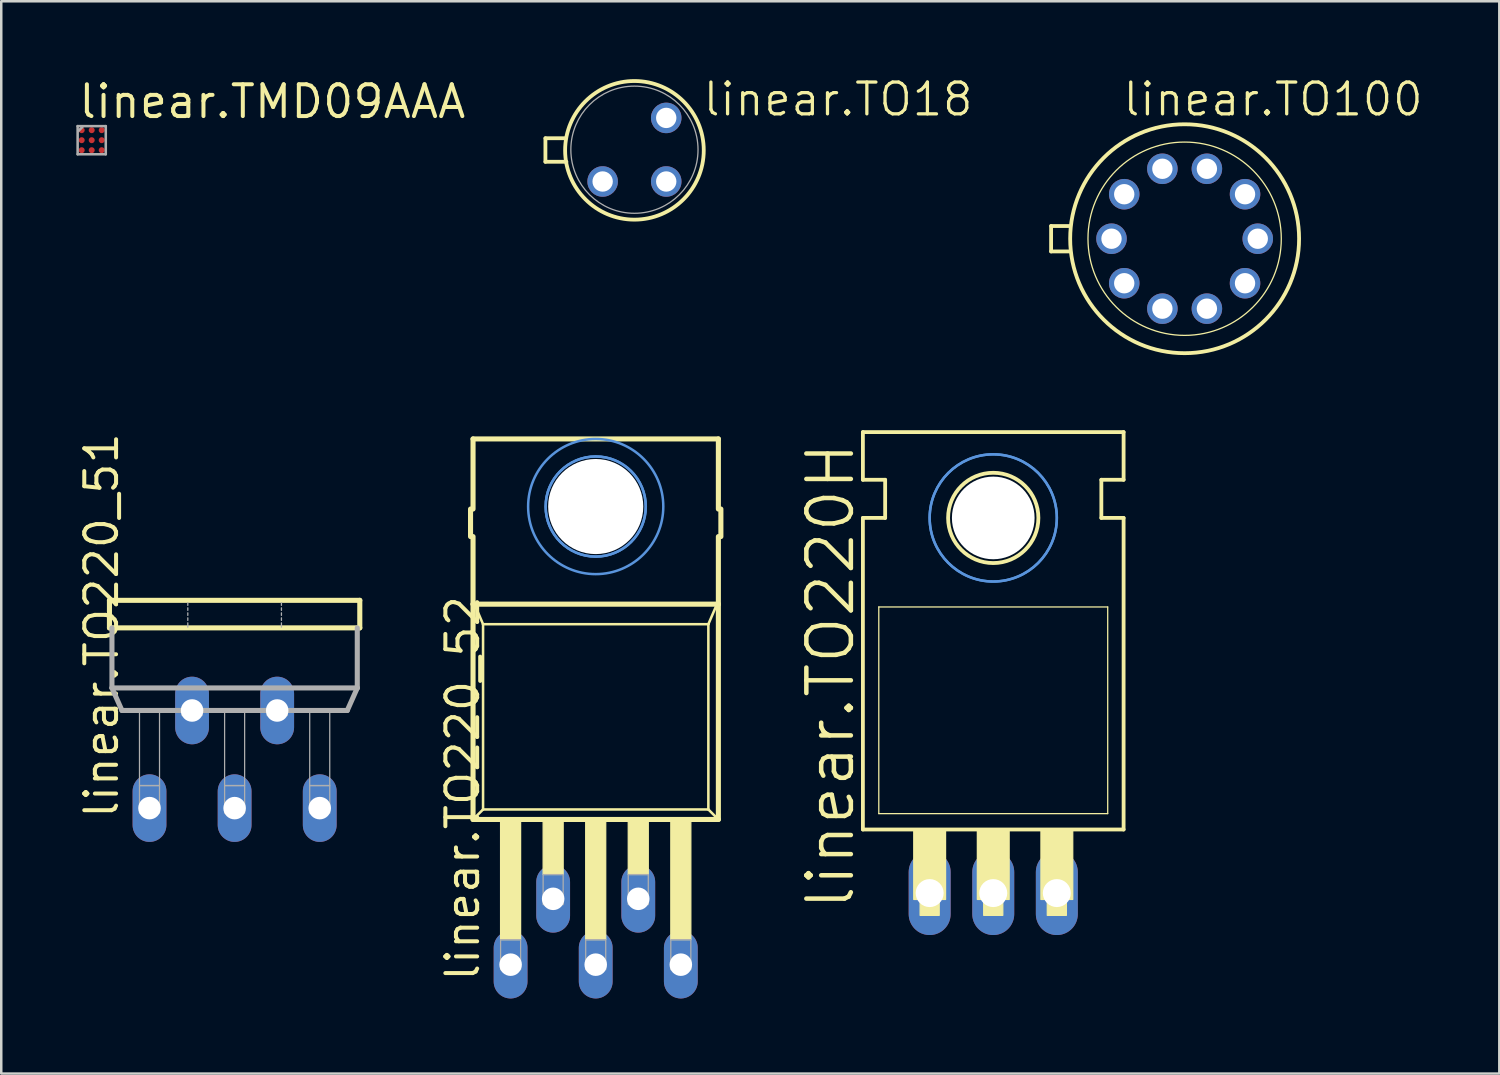
<source format=kicad_pcb>
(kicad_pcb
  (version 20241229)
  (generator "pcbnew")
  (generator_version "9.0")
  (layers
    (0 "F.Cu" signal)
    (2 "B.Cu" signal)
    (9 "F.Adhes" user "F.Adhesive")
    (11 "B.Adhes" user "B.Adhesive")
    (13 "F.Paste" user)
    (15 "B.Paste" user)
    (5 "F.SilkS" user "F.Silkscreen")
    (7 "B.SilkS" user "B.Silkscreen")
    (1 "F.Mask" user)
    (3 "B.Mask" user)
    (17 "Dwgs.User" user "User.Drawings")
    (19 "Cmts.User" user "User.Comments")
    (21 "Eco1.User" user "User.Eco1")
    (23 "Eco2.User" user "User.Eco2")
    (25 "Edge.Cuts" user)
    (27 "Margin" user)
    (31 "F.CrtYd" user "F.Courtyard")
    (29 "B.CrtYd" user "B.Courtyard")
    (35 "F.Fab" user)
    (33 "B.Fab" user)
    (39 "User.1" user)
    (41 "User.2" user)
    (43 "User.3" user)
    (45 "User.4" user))
  (footprint "linear.TO220H"
    (layer "F.Cu")
    (at 36.626 22.465)
    (property "Reference" "linear.TO220H" (at -5.461 10.922 90) (layer "F.SilkS") (effects (font (size 1.778 1.778) (thickness 0.18)) (justify left bottom)))
    (attr through_hole)
    (fp_line (start -5.207 -6.35) (end -5.207 -8.255) (stroke (width 0.152) (type default)) (layer "F.SilkS"))
    (fp_line (start -5.207 -4.826) (end -4.318 -4.826) (stroke (width 0.152) (type default)) (layer "F.SilkS"))
    (fp_line (start -5.207 7.62) (end -5.207 -4.826) (stroke (width 0.152) (type default)) (layer "F.SilkS"))
    (fp_line (start -5.207 7.62) (end 5.207 7.62) (stroke (width 0.152) (type default)) (layer "F.SilkS"))
    (fp_line (start -4.572 6.985) (end -4.572 -1.27) (stroke (width 0.051) (type default)) (layer "F.SilkS"))
    (fp_line (start -4.572 6.985) (end 4.572 6.985) (stroke (width 0.051) (type default)) (layer "F.SilkS"))
    (fp_line (start -4.318 -6.35) (end -5.207 -6.35) (stroke (width 0.152) (type default)) (layer "F.SilkS"))
    (fp_line (start -4.318 -4.826) (end -4.318 -6.35) (stroke (width 0.152) (type default)) (layer "F.SilkS"))
    (fp_line (start 4.318 -6.35) (end 5.207 -6.35) (stroke (width 0.152) (type default)) (layer "F.SilkS"))
    (fp_line (start 4.318 -4.826) (end 4.318 -6.35) (stroke (width 0.152) (type default)) (layer "F.SilkS"))
    (fp_line (start 4.572 -1.27) (end -4.572 -1.27) (stroke (width 0.051) (type default)) (layer "F.SilkS"))
    (fp_line (start 4.572 -1.27) (end 4.572 6.985) (stroke (width 0.051) (type default)) (layer "F.SilkS"))
    (fp_line (start 5.207 -8.255) (end -5.207 -8.255) (stroke (width 0.152) (type default)) (layer "F.SilkS"))
    (fp_line (start 5.207 -6.35) (end 5.207 -8.255) (stroke (width 0.152) (type default)) (layer "F.SilkS"))
    (fp_line (start 5.207 -4.826) (end 4.318 -4.826) (stroke (width 0.152) (type default)) (layer "F.SilkS"))
    (fp_line (start 5.207 7.62) (end 5.207 -4.826) (stroke (width 0.152) (type default)) (layer "F.SilkS"))
    (fp_rect (start -3.175 10.414) (end -1.905 7.62) (stroke (width 0.05) (type default)) (fill yes) (layer "F.SilkS"))
    (fp_rect (start -2.921 11.049) (end -2.159 10.414) (stroke (width 0.05) (type default)) (fill yes) (layer "F.SilkS"))
    (fp_rect (start -0.635 10.414) (end 0.635 7.62) (stroke (width 0.05) (type default)) (fill yes) (layer "F.SilkS"))
    (fp_rect (start -0.381 11.049) (end 0.381 10.414) (stroke (width 0.05) (type default)) (fill yes) (layer "F.SilkS"))
    (fp_rect (start 1.905 10.414) (end 3.175 7.62) (stroke (width 0.05) (type default)) (fill yes) (layer "F.SilkS"))
    (fp_rect (start 2.159 11.049) (end 2.921 10.414) (stroke (width 0.05) (type default)) (fill yes) (layer "F.SilkS"))
    (fp_circle (center 0 -4.826) (end 1.803 -4.826) (stroke (width 0.152) (type default)) (fill no) (layer "F.SilkS"))
    (fp_circle (center 0 -4.826) (end 2.54 -4.826) (stroke (width 0.1) (type default)) (fill no) (layer "Cmts.User"))
    (fp_circle (center 0 -4.826) (end 2.54 -4.826) (stroke (width 0.1) (type default)) (fill no) (layer "Cmts.User"))
    (pad "" np_thru_hole circle (at 0 -4.826) (size 3.302 3.302) (drill 3.302) (layers "*.Cu" "*.Mask"))
    (pad "1" thru_hole oval (at -2.54 10.16 90) (size 3.353 1.676) (drill 1.118) (layers "*.Cu" "*.Mask"))
    (pad "2" thru_hole oval (at 0 10.16 90) (size 3.353 1.676) (drill 1.118) (layers "*.Cu" "*.Mask"))
    (pad "3" thru_hole oval (at 2.54 10.16 90) (size 3.353 1.676) (drill 1.118) (layers "*.Cu" "*.Mask")))
  (footprint "linear.TMD09AAA"
    (layer "F.Cu")
    (at 0.613 2.55)
    (property "Reference" "linear.TMD09AAA" (at -0.6 -0.8 0) (layer "F.SilkS") (effects (font (size 1.27 1.27) (thickness 0.16)) (justify left bottom)))
    (attr smd)
    (fp_circle (center -0.4 -0.4) (end -0.275 -0.4) (stroke (width 0.1) (type default)) (fill no) (layer "F.Mask"))
    (fp_circle (center -0.4 0) (end -0.275 0) (stroke (width 0.1) (type default)) (fill no) (layer "F.Mask"))
    (fp_circle (center -0.4 0.4) (end -0.275 0.4) (stroke (width 0.1) (type default)) (fill no) (layer "F.Mask"))
    (fp_circle (center 0 -0.4) (end 0.125 -0.4) (stroke (width 0.1) (type default)) (fill no) (layer "F.Mask"))
    (fp_circle (center 0 0) (end 0.125 0) (stroke (width 0.1) (type default)) (fill no) (layer "F.Mask"))
    (fp_circle (center 0 0.4) (end 0.125 0.4) (stroke (width 0.1) (type default)) (fill no) (layer "F.Mask"))
    (fp_circle (center 0.4 -0.4) (end 0.525 -0.4) (stroke (width 0.1) (type default)) (fill no) (layer "F.Mask"))
    (fp_circle (center 0.4 0) (end 0.525 0) (stroke (width 0.1) (type default)) (fill no) (layer "F.Mask"))
    (fp_circle (center 0.4 0.4) (end 0.525 0.4) (stroke (width 0.1) (type default)) (fill no) (layer "F.Mask"))
    (fp_line (start -0.562 -0.562) (end 0.562 -0.562) (stroke (width 0.102) (type default)) (layer "F.Fab"))
    (fp_line (start -0.562 0.562) (end -0.562 -0.562) (stroke (width 0.102) (type default)) (layer "F.Fab"))
    (fp_line (start -0.537 -0.362) (end -0.375 -0.525) (stroke (width 0.102) (type default)) (layer "F.Fab"))
    (fp_line (start 0.562 -0.562) (end 0.562 0.562) (stroke (width 0.102) (type default)) (layer "F.Fab"))
    (fp_line (start 0.562 0.562) (end -0.562 0.562) (stroke (width 0.102) (type default)) (layer "F.Fab"))
    (pad "A1" smd roundrect (at -0.4 -0.4) (size 0.24 0.24) (layers "F.Cu" "F.Mask" "F.Paste") (roundrect_rratio 0.5))
    (pad "A2" smd roundrect (at 0 -0.4) (size 0.24 0.24) (layers "F.Cu" "F.Mask" "F.Paste") (roundrect_rratio 0.5))
    (pad "A3" smd roundrect (at 0.4 -0.4) (size 0.24 0.24) (layers "F.Cu" "F.Mask" "F.Paste") (roundrect_rratio 0.5))
    (pad "B1" smd roundrect (at -0.4 0) (size 0.24 0.24) (layers "F.Cu" "F.Mask" "F.Paste") (roundrect_rratio 0.5))
    (pad "B2" smd roundrect (at 0 0) (size 0.24 0.24) (layers "F.Cu" "F.Mask" "F.Paste") (roundrect_rratio 0.5))
    (pad "B3" smd roundrect (at 0.4 0) (size 0.24 0.24) (layers "F.Cu" "F.Mask" "F.Paste") (roundrect_rratio 0.5))
    (pad "C1" smd roundrect (at -0.4 0.4) (size 0.24 0.24) (layers "F.Cu" "F.Mask" "F.Paste") (roundrect_rratio 0.5))
    (pad "C2" smd roundrect (at 0 0.4) (size 0.24 0.24) (layers "F.Cu" "F.Mask" "F.Paste") (roundrect_rratio 0.5))
    (pad "C3" smd roundrect (at 0.4 0.4) (size 0.24 0.24) (layers "F.Cu" "F.Mask" "F.Paste") (roundrect_rratio 0.5)))
  (footprint "linear.TO100"
    (layer "F.Cu")
    (at 44.271 6.486)
    (property "Reference" "linear.TO100" (at -2.54 -4.826 0) (layer "F.SilkS") (effects (font (size 1.27 1.27) (thickness 0.13)) (justify left bottom)))
    (attr through_hole)
    (fp_line (start -5.334 0.508) (end -5.334 -0.508) (stroke (width 0.152) (type default)) (layer "F.SilkS"))
    (fp_line (start -5.334 0.508) (end -4.572 0.508) (stroke (width 0.152) (type default)) (layer "F.SilkS"))
    (fp_line (start -4.572 -0.508) (end -5.334 -0.508) (stroke (width 0.152) (type default)) (layer "F.SilkS"))
    (fp_circle (center 0 0) (end 3.861 0) (stroke (width 0.051) (type default)) (fill no) (layer "F.SilkS"))
    (fp_circle (center 0 0) (end 4.572 0) (stroke (width 0.152) (type default)) (fill no) (layer "F.SilkS"))
    (pad "1" thru_hole circle (at -2.413 1.778) (size 1.219 1.219) (drill 0.813) (layers "*.Cu" "*.Mask"))
    (pad "2" thru_hole circle (at -0.889 2.794) (size 1.219 1.219) (drill 0.813) (layers "*.Cu" "*.Mask"))
    (pad "3" thru_hole circle (at 0.889 2.794) (size 1.219 1.219) (drill 0.813) (layers "*.Cu" "*.Mask"))
    (pad "4" thru_hole circle (at 2.413 1.778) (size 1.219 1.219) (drill 0.813) (layers "*.Cu" "*.Mask"))
    (pad "5" thru_hole circle (at 2.921 0) (size 1.219 1.219) (drill 0.813) (layers "*.Cu" "*.Mask"))
    (pad "6" thru_hole circle (at 2.413 -1.778) (size 1.219 1.219) (drill 0.813) (layers "*.Cu" "*.Mask"))
    (pad "7" thru_hole circle (at 0.889 -2.794) (size 1.219 1.219) (drill 0.813) (layers "*.Cu" "*.Mask"))
    (pad "8" thru_hole circle (at -0.889 -2.794) (size 1.219 1.219) (drill 0.813) (layers "*.Cu" "*.Mask"))
    (pad "9" thru_hole circle (at -2.413 -1.778) (size 1.219 1.219) (drill 0.813) (layers "*.Cu" "*.Mask"))
    (pad "10" thru_hole circle (at -2.921 0) (size 1.219 1.219) (drill 0.813) (layers "*.Cu" "*.Mask")))
  (footprint "linear.TO220_51"
    (layer "F.Cu")
    (at 6.322 20.831)
    (property "Reference" "linear.TO220_51" (at -4.572 8.89 90) (layer "F.SilkS") (effects (font (size 1.27 1.27) (thickness 0.16)) (justify left bottom)))
    (attr through_hole)
    (fp_line (start -5 0.1) (end -5 1.2) (stroke (width 0.203) (type default)) (layer "F.SilkS"))
    (fp_line (start -5 1.2) (end 5 1.2) (stroke (width 0.203) (type default)) (layer "F.SilkS"))
    (fp_line (start 5 0.1) (end -5 0.1) (stroke (width 0.203) (type default)) (layer "F.SilkS"))
    (fp_line (start 5 1.2) (end 5 0.1) (stroke (width 0.203) (type default)) (layer "F.SilkS"))
    (fp_line (start -4.9 1.2) (end -4.9 3.6) (stroke (width 0.203) (type default)) (layer "F.Fab"))
    (fp_line (start -4.9 3.6) (end -4.5 4.5) (stroke (width 0.203) (type default)) (layer "F.Fab"))
    (fp_line (start -4.9 3.6) (end 4.9 3.6) (stroke (width 0.203) (type default)) (layer "F.Fab"))
    (fp_line (start -4.5 4.5) (end 4.5 4.5) (stroke (width 0.203) (type default)) (layer "F.Fab"))
    (fp_line (start -1.87 0.2) (end -1.87 0.3) (stroke (width 0.051) (type default)) (layer "F.Fab"))
    (fp_line (start -1.87 0.4) (end -1.87 0.5) (stroke (width 0.051) (type default)) (layer "F.Fab"))
    (fp_line (start -1.87 0.6) (end -1.87 0.7) (stroke (width 0.051) (type default)) (layer "F.Fab"))
    (fp_line (start -1.87 0.8) (end -1.87 0.9) (stroke (width 0.051) (type default)) (layer "F.Fab"))
    (fp_line (start -1.87 1) (end -1.87 1.17) (stroke (width 0.051) (type default)) (layer "F.Fab"))
    (fp_line (start 1.87 0.3) (end 1.87 0.2) (stroke (width 0.051) (type default)) (layer "F.Fab"))
    (fp_line (start 1.87 0.5) (end 1.87 0.4) (stroke (width 0.051) (type default)) (layer "F.Fab"))
    (fp_line (start 1.87 0.7) (end 1.87 0.6) (stroke (width 0.051) (type default)) (layer "F.Fab"))
    (fp_line (start 1.87 0.9) (end 1.87 0.8) (stroke (width 0.051) (type default)) (layer "F.Fab"))
    (fp_line (start 1.87 1.17) (end 1.87 1) (stroke (width 0.051) (type default)) (layer "F.Fab"))
    (fp_line (start 4.5 4.5) (end 4.9 3.6) (stroke (width 0.203) (type default)) (layer "F.Fab"))
    (fp_line (start 4.9 3.6) (end 4.9 1.2) (stroke (width 0.203) (type default)) (layer "F.Fab"))
    (fp_rect (start -3.8 7.5) (end -3 4.5) (stroke (width 0.05) (type default)) (fill no) (layer "F.Fab"))
    (fp_rect (start -3.8 8.6) (end -3 7.5) (stroke (width 0.05) (type default)) (fill no) (layer "F.Fab"))
    (fp_rect (start -2.1 4.7) (end -1.3 4.5) (stroke (width 0.05) (type default)) (fill no) (layer "F.Fab"))
    (fp_rect (start -0.4 7.5) (end 0.4 4.5) (stroke (width 0.05) (type default)) (fill no) (layer "F.Fab"))
    (fp_rect (start -0.4 8.6) (end 0.4 7.5) (stroke (width 0.05) (type default)) (fill no) (layer "F.Fab"))
    (fp_rect (start 1.3 4.7) (end 2.1 4.5) (stroke (width 0.05) (type default)) (fill no) (layer "F.Fab"))
    (fp_rect (start 3 7.5) (end 3.8 4.5) (stroke (width 0.05) (type default)) (fill no) (layer "F.Fab"))
    (fp_rect (start 3 8.6) (end 3.8 7.5) (stroke (width 0.05) (type default)) (fill no) (layer "F.Fab"))
    (pad "1" thru_hole oval (at -3.4 8.4 90) (size 2.7 1.35) (drill 0.9) (layers "*.Cu" "*.Mask"))
    (pad "2" thru_hole oval (at -1.7 4.5 90) (size 2.7 1.35) (drill 0.9) (layers "*.Cu" "*.Mask"))
    (pad "3" thru_hole oval (at 0 8.4 90) (size 2.7 1.35) (drill 0.9) (layers "*.Cu" "*.Mask"))
    (pad "4" thru_hole oval (at 1.7 4.5 90) (size 2.7 1.35) (drill 0.9) (layers "*.Cu" "*.Mask"))
    (pad "5" thru_hole oval (at 3.4 8.4 90) (size 2.7 1.35) (drill 0.9) (layers "*.Cu" "*.Mask")))
  (footprint "linear.TO18"
    (layer "F.Cu")
    (at 22.293 2.93)
    (property "Reference" "linear.TO18" (at 2.667 -1.27 0) (layer "F.SilkS") (effects (font (size 1.27 1.27) (thickness 0.13)) (justify left bottom)))
    (attr through_hole)
    (fp_line (start -3.556 -0.457) (end -3.556 0.483) (stroke (width 0.152) (type default)) (layer "F.SilkS"))
    (fp_line (start -3.556 0.483) (end -2.718 0.483) (stroke (width 0.152) (type default)) (layer "F.SilkS"))
    (fp_line (start -2.743 -0.457) (end -3.556 -0.457) (stroke (width 0.152) (type default)) (layer "F.SilkS"))
    (fp_circle (center 0 0.025) (end 2.769 0.025) (stroke (width 0.152) (type default)) (fill no) (layer "F.SilkS"))
    (fp_circle (center 0 0) (end 2.54 0) (stroke (width 0.051) (type default)) (fill no) (layer "F.Fab"))
    (pad "1" thru_hole circle (at -1.27 1.27) (size 1.219 1.219) (drill 0.813) (layers "*.Cu" "*.Mask"))
    (pad "2" thru_hole circle (at 1.27 1.27) (size 1.219 1.219) (drill 0.813) (layers "*.Cu" "*.Mask"))
    (pad "3" thru_hole circle (at 1.27 -1.27) (size 1.219 1.219) (drill 0.813) (layers "*.Cu" "*.Mask")))
  (footprint "linear.TO220_52"
    (layer "F.Cu")
    (at 20.746 14.384)
    (property "Reference" "linear.TO220_52" (at -4.572 21.844 90) (layer "F.SilkS") (effects (font (size 1.27 1.27) (thickness 0.16)) (justify left bottom)))
    (attr through_hole)
    (fp_line (start -5 2.9) (end -5 4) (stroke (width 0.203) (type default)) (layer "F.SilkS"))
    (fp_line (start -4.9 0.1) (end -4.9 2.9) (stroke (width 0.203) (type default)) (layer "F.SilkS"))
    (fp_line (start -4.9 4) (end -4.9 6.7) (stroke (width 0.203) (type default)) (layer "F.SilkS"))
    (fp_line (start -4.9 6.7) (end -4.9 15.3) (stroke (width 0.203) (type default)) (layer "F.SilkS"))
    (fp_line (start -4.9 6.7) (end 4.9 6.7) (stroke (width 0.203) (type default)) (layer "F.SilkS"))
    (fp_line (start -4.9 15.3) (end -4.5 14.9) (stroke (width 0.102) (type default)) (layer "F.SilkS"))
    (fp_line (start -4.9 15.3) (end 4.9 15.3) (stroke (width 0.203) (type default)) (layer "F.SilkS"))
    (fp_line (start -4.5 7.5) (end -4.8 6.8) (stroke (width 0.102) (type default)) (layer "F.SilkS"))
    (fp_line (start -4.5 7.5) (end -4.5 14.9) (stroke (width 0.102) (type default)) (layer "F.SilkS"))
    (fp_line (start -4.5 14.9) (end 4.5 14.9) (stroke (width 0.102) (type default)) (layer "F.SilkS"))
    (fp_line (start 4.5 7.5) (end -4.5 7.5) (stroke (width 0.102) (type default)) (layer "F.SilkS"))
    (fp_line (start 4.5 7.5) (end 4.8 6.8) (stroke (width 0.102) (type default)) (layer "F.SilkS"))
    (fp_line (start 4.5 14.9) (end 4.5 7.5) (stroke (width 0.102) (type default)) (layer "F.SilkS"))
    (fp_line (start 4.5 14.9) (end 4.9 15.3) (stroke (width 0.102) (type default)) (layer "F.SilkS"))
    (fp_line (start 4.9 0.1) (end -4.9 0.1) (stroke (width 0.203) (type default)) (layer "F.SilkS"))
    (fp_line (start 4.9 2.9) (end 4.9 0.1) (stroke (width 0.203) (type default)) (layer "F.SilkS"))
    (fp_line (start 4.9 6.7) (end 4.9 4) (stroke (width 0.203) (type default)) (layer "F.SilkS"))
    (fp_line (start 4.9 15.3) (end 4.9 6.7) (stroke (width 0.203) (type default)) (layer "F.SilkS"))
    (fp_line (start 5 4) (end 5 2.9) (stroke (width 0.203) (type default)) (layer "F.SilkS"))
    (fp_rect (start -3.8 20.1) (end -3 15.3) (stroke (width 0.05) (type default)) (fill yes) (layer "F.SilkS"))
    (fp_rect (start -2.1 17.5) (end -1.3 15.3) (stroke (width 0.05) (type default)) (fill yes) (layer "F.SilkS"))
    (fp_rect (start -0.4 20.1) (end 0.4 15.3) (stroke (width 0.05) (type default)) (fill yes) (layer "F.SilkS"))
    (fp_rect (start 1.3 17.5) (end 2.1 15.3) (stroke (width 0.05) (type default)) (fill yes) (layer "F.SilkS"))
    (fp_rect (start 3 20.1) (end 3.8 15.3) (stroke (width 0.05) (type default)) (fill yes) (layer "F.SilkS"))
    (fp_circle (center 0 2.8) (end 2 2.8) (stroke (width 0.1) (type default)) (fill no) (layer "Cmts.User"))
    (fp_circle (center 0 2.8) (end 2 2.8) (stroke (width 0.1) (type default)) (fill no) (layer "Cmts.User"))
    (fp_circle (center 0 2.8) (end 2.7 2.8) (stroke (width 0.1) (type default)) (fill no) (layer "Cmts.User"))
    (fp_rect (start -3.8 21.3) (end -3 20.1) (stroke (width 0.05) (type default)) (fill no) (layer "F.Fab"))
    (fp_rect (start -2.1 18.7) (end -1.3 17.5) (stroke (width 0.05) (type default)) (fill no) (layer "F.Fab"))
    (fp_rect (start -0.4 21.3) (end 0.4 20.1) (stroke (width 0.05) (type default)) (fill no) (layer "F.Fab"))
    (fp_rect (start 1.3 18.7) (end 2.1 17.5) (stroke (width 0.05) (type default)) (fill no) (layer "F.Fab"))
    (fp_rect (start 3 21.3) (end 3.8 20.1) (stroke (width 0.05) (type default)) (fill no) (layer "F.Fab"))
    (pad "" np_thru_hole circle (at 0 2.8) (size 3.8 3.8) (drill 3.8) (layers "*.Cu" "*.Mask"))
    (pad "1" thru_hole oval (at -3.4 21.1 90) (size 2.7 1.35) (drill 0.9) (layers "*.Cu" "*.Mask"))
    (pad "2" thru_hole oval (at -1.7 18.47 90) (size 2.7 1.35) (drill 0.9) (layers "*.Cu" "*.Mask"))
    (pad "3" thru_hole oval (at 0 21.1 90) (size 2.7 1.35) (drill 0.9) (layers "*.Cu" "*.Mask"))
    (pad "4" thru_hole oval (at 1.7 18.47 90) (size 2.7 1.35) (drill 0.9) (layers "*.Cu" "*.Mask"))
    (pad "5" thru_hole oval (at 3.4 21.1 90) (size 2.7 1.35) (drill 0.9) (layers "*.Cu" "*.Mask")))
  (gr_rect
    (start -3 -3)
    (end 56.841 39.834)
    (stroke (width 0.1) (type default))
    (fill no)
    (layer "Edge.Cuts")))
</source>
